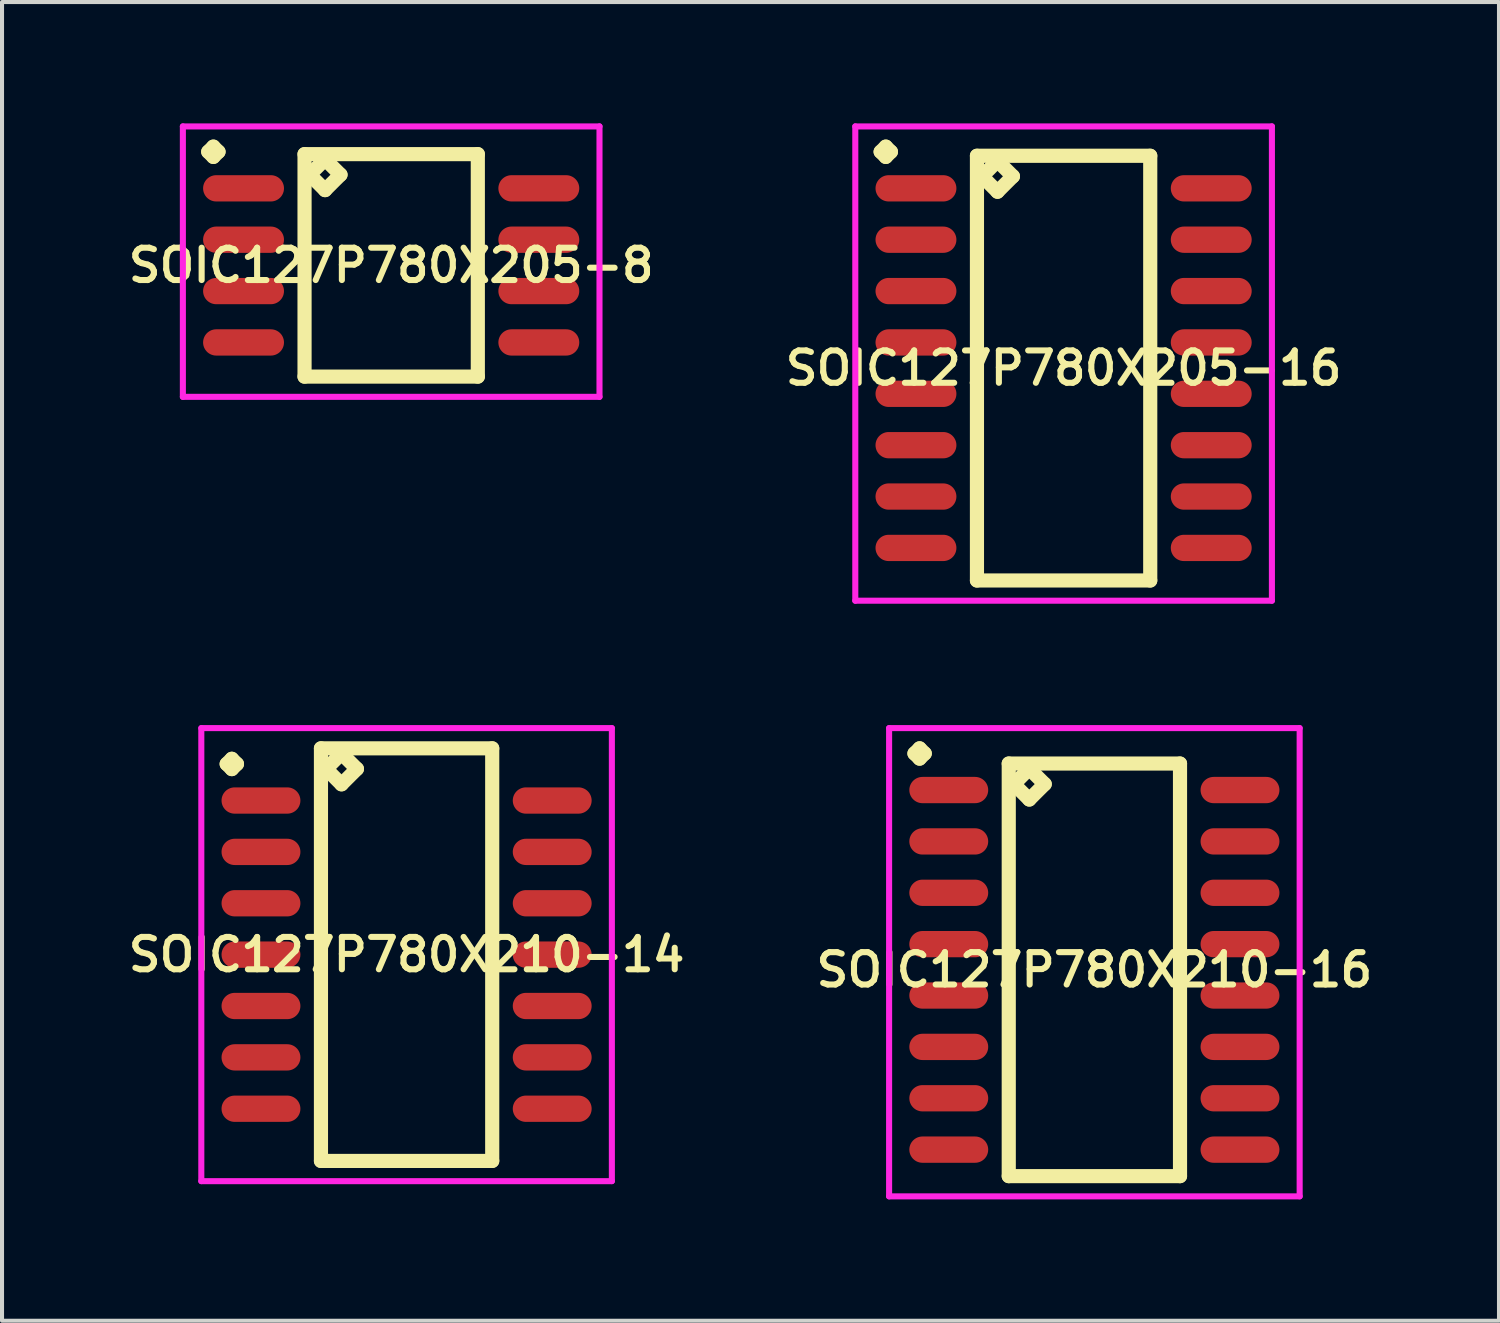
<source format=kicad_pcb>
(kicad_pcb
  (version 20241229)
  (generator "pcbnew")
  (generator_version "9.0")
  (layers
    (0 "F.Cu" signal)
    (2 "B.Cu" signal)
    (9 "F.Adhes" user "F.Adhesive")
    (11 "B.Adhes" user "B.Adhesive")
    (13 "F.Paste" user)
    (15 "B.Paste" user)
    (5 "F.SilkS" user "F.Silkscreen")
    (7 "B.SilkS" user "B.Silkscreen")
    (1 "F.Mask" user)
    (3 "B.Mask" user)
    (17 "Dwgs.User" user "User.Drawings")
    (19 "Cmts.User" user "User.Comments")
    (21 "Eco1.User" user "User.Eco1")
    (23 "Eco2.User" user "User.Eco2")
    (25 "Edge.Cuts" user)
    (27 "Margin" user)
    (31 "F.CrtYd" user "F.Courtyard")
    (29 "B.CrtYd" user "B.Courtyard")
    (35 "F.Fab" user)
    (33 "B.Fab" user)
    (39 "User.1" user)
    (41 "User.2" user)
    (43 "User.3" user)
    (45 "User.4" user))
  (footprint "SOIC127P780X210-16"
    (layer "F.Cu")
    (at 24.006 20.927)
    (property "Reference" "SOIC127P780X210-16" (at 0 0 0) (layer "F.SilkS") (effects (font (size 0.8 0.8) (thickness 0.15))))
    (attr smd)
    (fp_line (start -4.448 -5.349) (end -4.321 -5.476) (stroke (width 0.35) (type solid)) (layer "F.SilkS"))
    (fp_line (start -4.321 -5.476) (end -4.194 -5.349) (stroke (width 0.35) (type solid)) (layer "F.SilkS"))
    (fp_line (start -4.321 -5.222) (end -4.448 -5.349) (stroke (width 0.35) (type solid)) (layer "F.SilkS"))
    (fp_line (start -4.194 -5.349) (end -4.321 -5.222) (stroke (width 0.35) (type solid)) (layer "F.SilkS"))
    (fp_line (start -2.117 -5.1) (end -2.117 5.1) (stroke (width 0.35) (type solid)) (layer "F.SilkS"))
    (fp_line (start -2.117 5.1) (end 2.117 5.1) (stroke (width 0.35) (type solid)) (layer "F.SilkS"))
    (fp_line (start -1.99 -4.592) (end -1.609 -4.973) (stroke (width 0.35) (type solid)) (layer "F.SilkS"))
    (fp_line (start -1.609 -4.973) (end -1.228 -4.592) (stroke (width 0.35) (type solid)) (layer "F.SilkS"))
    (fp_line (start -1.609 -4.211) (end -1.99 -4.592) (stroke (width 0.35) (type solid)) (layer "F.SilkS"))
    (fp_line (start -1.228 -4.592) (end -1.609 -4.211) (stroke (width 0.35) (type solid)) (layer "F.SilkS"))
    (fp_line (start 2.117 -5.1) (end -2.117 -5.1) (stroke (width 0.35) (type solid)) (layer "F.SilkS"))
    (fp_line (start 2.117 5.1) (end 2.117 -5.1) (stroke (width 0.35) (type solid)) (layer "F.SilkS"))
    (fp_line (start -5.075 -5.976) (end 5.075 -5.976) (stroke (width 0.15) (type solid)) (layer "F.CrtYd"))
    (fp_line (start -5.075 5.6) (end -5.075 -5.976) (stroke (width 0.15) (type solid)) (layer "F.CrtYd"))
    (fp_line (start 5.075 -5.976) (end 5.075 5.6) (stroke (width 0.15) (type solid)) (layer "F.CrtYd"))
    (fp_line (start 5.075 5.6) (end -5.075 5.6) (stroke (width 0.15) (type solid)) (layer "F.CrtYd"))
    (pad "1" smd oval (at -3.6 -4.445) (size 1.95 0.65) (layers "F.Cu" "F.Mask" "F.Paste"))
    (pad "2" smd oval (at -3.6 -3.175) (size 1.95 0.65) (layers "F.Cu" "F.Mask" "F.Paste"))
    (pad "3" smd oval (at -3.6 -1.905) (size 1.95 0.65) (layers "F.Cu" "F.Mask" "F.Paste"))
    (pad "4" smd oval (at -3.6 -0.635) (size 1.95 0.65) (layers "F.Cu" "F.Mask" "F.Paste"))
    (pad "5" smd oval (at -3.6 0.635) (size 1.95 0.65) (layers "F.Cu" "F.Mask" "F.Paste"))
    (pad "6" smd oval (at -3.6 1.905) (size 1.95 0.65) (layers "F.Cu" "F.Mask" "F.Paste"))
    (pad "7" smd oval (at -3.6 3.175) (size 1.95 0.65) (layers "F.Cu" "F.Mask" "F.Paste"))
    (pad "8" smd oval (at -3.6 4.445) (size 1.95 0.65) (layers "F.Cu" "F.Mask" "F.Paste"))
    (pad "9" smd oval (at 3.6 4.445) (size 1.95 0.65) (layers "F.Cu" "F.Mask" "F.Paste"))
    (pad "10" smd oval (at 3.6 3.175) (size 1.95 0.65) (layers "F.Cu" "F.Mask" "F.Paste"))
    (pad "11" smd oval (at 3.6 1.905) (size 1.95 0.65) (layers "F.Cu" "F.Mask" "F.Paste"))
    (pad "12" smd oval (at 3.6 0.635) (size 1.95 0.65) (layers "F.Cu" "F.Mask" "F.Paste"))
    (pad "13" smd oval (at 3.6 -0.635) (size 1.95 0.65) (layers "F.Cu" "F.Mask" "F.Paste"))
    (pad "14" smd oval (at 3.6 -1.905) (size 1.95 0.65) (layers "F.Cu" "F.Mask" "F.Paste"))
    (pad "15" smd oval (at 3.6 -3.175) (size 1.95 0.65) (layers "F.Cu" "F.Mask" "F.Paste"))
    (pad "16" smd oval (at 3.6 -4.445) (size 1.95 0.65) (layers "F.Cu" "F.Mask" "F.Paste")))
  (footprint "SOIC127P780X210-14"
    (layer "F.Cu")
    (at 7.002 20.551)
    (property "Reference" "SOIC127P780X210-14" (at 0 0 0) (layer "F.SilkS") (effects (font (size 0.8 0.8) (thickness 0.15))))
    (attr smd)
    (fp_line (start -4.448 -4.714) (end -4.321 -4.841) (stroke (width 0.35) (type solid)) (layer "F.SilkS"))
    (fp_line (start -4.321 -4.841) (end -4.194 -4.714) (stroke (width 0.35) (type solid)) (layer "F.SilkS"))
    (fp_line (start -4.321 -4.587) (end -4.448 -4.714) (stroke (width 0.35) (type solid)) (layer "F.SilkS"))
    (fp_line (start -4.194 -4.714) (end -4.321 -4.587) (stroke (width 0.35) (type solid)) (layer "F.SilkS"))
    (fp_line (start -2.117 -5.1) (end -2.117 5.1) (stroke (width 0.35) (type solid)) (layer "F.SilkS"))
    (fp_line (start -2.117 5.1) (end 2.117 5.1) (stroke (width 0.35) (type solid)) (layer "F.SilkS"))
    (fp_line (start -1.99 -4.592) (end -1.609 -4.973) (stroke (width 0.35) (type solid)) (layer "F.SilkS"))
    (fp_line (start -1.609 -4.973) (end -1.228 -4.592) (stroke (width 0.35) (type solid)) (layer "F.SilkS"))
    (fp_line (start -1.609 -4.211) (end -1.99 -4.592) (stroke (width 0.35) (type solid)) (layer "F.SilkS"))
    (fp_line (start -1.228 -4.592) (end -1.609 -4.211) (stroke (width 0.35) (type solid)) (layer "F.SilkS"))
    (fp_line (start 2.117 -5.1) (end -2.117 -5.1) (stroke (width 0.35) (type solid)) (layer "F.SilkS"))
    (fp_line (start 2.117 5.1) (end 2.117 -5.1) (stroke (width 0.35) (type solid)) (layer "F.SilkS"))
    (fp_line (start -5.075 -5.6) (end 5.075 -5.6) (stroke (width 0.15) (type solid)) (layer "F.CrtYd"))
    (fp_line (start -5.075 5.6) (end -5.075 -5.6) (stroke (width 0.15) (type solid)) (layer "F.CrtYd"))
    (fp_line (start 5.075 -5.6) (end 5.075 5.6) (stroke (width 0.15) (type solid)) (layer "F.CrtYd"))
    (fp_line (start 5.075 5.6) (end -5.075 5.6) (stroke (width 0.15) (type solid)) (layer "F.CrtYd"))
    (pad "1" smd oval (at -3.6 -3.81) (size 1.95 0.65) (layers "F.Cu" "F.Mask" "F.Paste"))
    (pad "2" smd oval (at -3.6 -2.54) (size 1.95 0.65) (layers "F.Cu" "F.Mask" "F.Paste"))
    (pad "3" smd oval (at -3.6 -1.27) (size 1.95 0.65) (layers "F.Cu" "F.Mask" "F.Paste"))
    (pad "4" smd oval (at -3.6 0) (size 1.95 0.65) (layers "F.Cu" "F.Mask" "F.Paste"))
    (pad "5" smd oval (at -3.6 1.27) (size 1.95 0.65) (layers "F.Cu" "F.Mask" "F.Paste"))
    (pad "6" smd oval (at -3.6 2.54) (size 1.95 0.65) (layers "F.Cu" "F.Mask" "F.Paste"))
    (pad "7" smd oval (at -3.6 3.81) (size 1.95 0.65) (layers "F.Cu" "F.Mask" "F.Paste"))
    (pad "8" smd oval (at 3.6 3.81) (size 1.95 0.65) (layers "F.Cu" "F.Mask" "F.Paste"))
    (pad "9" smd oval (at 3.6 2.54) (size 1.95 0.65) (layers "F.Cu" "F.Mask" "F.Paste"))
    (pad "10" smd oval (at 3.6 1.27) (size 1.95 0.65) (layers "F.Cu" "F.Mask" "F.Paste"))
    (pad "11" smd oval (at 3.6 0) (size 1.95 0.65) (layers "F.Cu" "F.Mask" "F.Paste"))
    (pad "12" smd oval (at 3.6 -1.27) (size 1.95 0.65) (layers "F.Cu" "F.Mask" "F.Paste"))
    (pad "13" smd oval (at 3.6 -2.54) (size 1.95 0.65) (layers "F.Cu" "F.Mask" "F.Paste"))
    (pad "14" smd oval (at 3.6 -3.81) (size 1.95 0.65) (layers "F.Cu" "F.Mask" "F.Paste")))
  (footprint "SOIC127P780X205-8"
    (layer "F.Cu")
    (at 6.621 3.511)
    (property "Reference" "SOIC127P780X205-8" (at 0 0 0) (layer "F.SilkS") (effects (font (size 0.8 0.8) (thickness 0.15))))
    (attr smd)
    (fp_line (start -4.523 -2.809) (end -4.396 -2.936) (stroke (width 0.35) (type solid)) (layer "F.SilkS"))
    (fp_line (start -4.396 -2.936) (end -4.269 -2.809) (stroke (width 0.35) (type solid)) (layer "F.SilkS"))
    (fp_line (start -4.396 -2.682) (end -4.523 -2.809) (stroke (width 0.35) (type solid)) (layer "F.SilkS"))
    (fp_line (start -4.269 -2.809) (end -4.396 -2.682) (stroke (width 0.35) (type solid)) (layer "F.SilkS"))
    (fp_line (start -2.142 -2.75) (end -2.142 2.75) (stroke (width 0.35) (type solid)) (layer "F.SilkS"))
    (fp_line (start -2.142 2.75) (end 2.142 2.75) (stroke (width 0.35) (type solid)) (layer "F.SilkS"))
    (fp_line (start -2.015 -2.242) (end -1.634 -2.623) (stroke (width 0.35) (type solid)) (layer "F.SilkS"))
    (fp_line (start -1.634 -2.623) (end -1.253 -2.242) (stroke (width 0.35) (type solid)) (layer "F.SilkS"))
    (fp_line (start -1.634 -1.861) (end -2.015 -2.242) (stroke (width 0.35) (type solid)) (layer "F.SilkS"))
    (fp_line (start -1.253 -2.242) (end -1.634 -1.861) (stroke (width 0.35) (type solid)) (layer "F.SilkS"))
    (fp_line (start 2.142 -2.75) (end -2.142 -2.75) (stroke (width 0.35) (type solid)) (layer "F.SilkS"))
    (fp_line (start 2.142 2.75) (end 2.142 -2.75) (stroke (width 0.35) (type solid)) (layer "F.SilkS"))
    (fp_line (start -5.15 -3.436) (end 5.15 -3.436) (stroke (width 0.15) (type solid)) (layer "F.CrtYd"))
    (fp_line (start -5.15 3.25) (end -5.15 -3.436) (stroke (width 0.15) (type solid)) (layer "F.CrtYd"))
    (fp_line (start 5.15 -3.436) (end 5.15 3.25) (stroke (width 0.15) (type solid)) (layer "F.CrtYd"))
    (fp_line (start 5.15 3.25) (end -5.15 3.25) (stroke (width 0.15) (type solid)) (layer "F.CrtYd"))
    (pad "1" smd oval (at -3.65 -1.905) (size 2 0.65) (layers "F.Cu" "F.Mask" "F.Paste"))
    (pad "2" smd oval (at -3.65 -0.635) (size 2 0.65) (layers "F.Cu" "F.Mask" "F.Paste"))
    (pad "3" smd oval (at -3.65 0.635) (size 2 0.65) (layers "F.Cu" "F.Mask" "F.Paste"))
    (pad "4" smd oval (at -3.65 1.905) (size 2 0.65) (layers "F.Cu" "F.Mask" "F.Paste"))
    (pad "5" smd oval (at 3.65 1.905) (size 2 0.65) (layers "F.Cu" "F.Mask" "F.Paste"))
    (pad "6" smd oval (at 3.65 0.635) (size 2 0.65) (layers "F.Cu" "F.Mask" "F.Paste"))
    (pad "7" smd oval (at 3.65 -0.635) (size 2 0.65) (layers "F.Cu" "F.Mask" "F.Paste"))
    (pad "8" smd oval (at 3.65 -1.905) (size 2 0.65) (layers "F.Cu" "F.Mask" "F.Paste")))
  (footprint "SOIC127P780X205-16"
    (layer "F.Cu")
    (at 23.245 6.051)
    (property "Reference" "SOIC127P780X205-16" (at 0 0 0) (layer "F.SilkS") (effects (font (size 0.8 0.8) (thickness 0.15))))
    (attr through_hole)
    (fp_line (start -4.523 -5.349) (end -4.396 -5.476) (stroke (width 0.35) (type solid)) (layer "F.SilkS"))
    (fp_line (start -4.396 -5.476) (end -4.269 -5.349) (stroke (width 0.35) (type solid)) (layer "F.SilkS"))
    (fp_line (start -4.396 -5.222) (end -4.523 -5.349) (stroke (width 0.35) (type solid)) (layer "F.SilkS"))
    (fp_line (start -4.269 -5.349) (end -4.396 -5.222) (stroke (width 0.35) (type solid)) (layer "F.SilkS"))
    (fp_line (start -2.142 -5.25) (end -2.142 5.25) (stroke (width 0.35) (type solid)) (layer "F.SilkS"))
    (fp_line (start -2.142 5.25) (end 2.142 5.25) (stroke (width 0.35) (type solid)) (layer "F.SilkS"))
    (fp_line (start -2.015 -4.742) (end -1.634 -5.123) (stroke (width 0.35) (type solid)) (layer "F.SilkS"))
    (fp_line (start -1.634 -5.123) (end -1.253 -4.742) (stroke (width 0.35) (type solid)) (layer "F.SilkS"))
    (fp_line (start -1.634 -4.361) (end -2.015 -4.742) (stroke (width 0.35) (type solid)) (layer "F.SilkS"))
    (fp_line (start -1.253 -4.742) (end -1.634 -4.361) (stroke (width 0.35) (type solid)) (layer "F.SilkS"))
    (fp_line (start 2.142 -5.25) (end -2.142 -5.25) (stroke (width 0.35) (type solid)) (layer "F.SilkS"))
    (fp_line (start 2.142 5.25) (end 2.142 -5.25) (stroke (width 0.35) (type solid)) (layer "F.SilkS"))
    (fp_line (start -5.15 -5.976) (end 5.15 -5.976) (stroke (width 0.15) (type solid)) (layer "F.CrtYd"))
    (fp_line (start -5.15 5.75) (end -5.15 -5.976) (stroke (width 0.15) (type solid)) (layer "F.CrtYd"))
    (fp_line (start 5.15 -5.976) (end 5.15 5.75) (stroke (width 0.15) (type solid)) (layer "F.CrtYd"))
    (fp_line (start 5.15 5.75) (end -5.15 5.75) (stroke (width 0.15) (type solid)) (layer "F.CrtYd"))
    (pad "1" smd oval (at -3.65 -4.445) (size 2 0.65) (layers "F.Cu" "F.Mask" "F.Paste"))
    (pad "2" smd oval (at -3.65 -3.175) (size 2 0.65) (layers "F.Cu" "F.Mask" "F.Paste"))
    (pad "3" smd oval (at -3.65 -1.905) (size 2 0.65) (layers "F.Cu" "F.Mask" "F.Paste"))
    (pad "4" smd oval (at -3.65 -0.635) (size 2 0.65) (layers "F.Cu" "F.Mask" "F.Paste"))
    (pad "5" smd oval (at -3.65 0.635) (size 2 0.65) (layers "F.Cu" "F.Mask" "F.Paste"))
    (pad "6" smd oval (at -3.65 1.905) (size 2 0.65) (layers "F.Cu" "F.Mask" "F.Paste"))
    (pad "7" smd oval (at -3.65 3.175) (size 2 0.65) (layers "F.Cu" "F.Mask" "F.Paste"))
    (pad "8" smd oval (at -3.65 4.445) (size 2 0.65) (layers "F.Cu" "F.Mask" "F.Paste"))
    (pad "9" smd oval (at 3.65 4.445) (size 2 0.65) (layers "F.Cu" "F.Mask" "F.Paste"))
    (pad "10" smd oval (at 3.65 3.175) (size 2 0.65) (layers "F.Cu" "F.Mask" "F.Paste"))
    (pad "11" smd oval (at 3.65 1.905) (size 2 0.65) (layers "F.Cu" "F.Mask" "F.Paste"))
    (pad "12" smd oval (at 3.65 0.635) (size 2 0.65) (layers "F.Cu" "F.Mask" "F.Paste"))
    (pad "13" smd oval (at 3.65 -0.635) (size 2 0.65) (layers "F.Cu" "F.Mask" "F.Paste"))
    (pad "14" smd oval (at 3.65 -1.905) (size 2 0.65) (layers "F.Cu" "F.Mask" "F.Paste"))
    (pad "15" smd oval (at 3.65 -3.175) (size 2 0.65) (layers "F.Cu" "F.Mask" "F.Paste"))
    (pad "16" smd oval (at 3.65 -4.445) (size 2 0.65) (layers "F.Cu" "F.Mask" "F.Paste")))
  (gr_rect
    (start -3 -3)
    (end 34.009 29.602)
    (stroke (width 0.1) (type default))
    (fill no)
    (layer "Edge.Cuts")))
</source>
